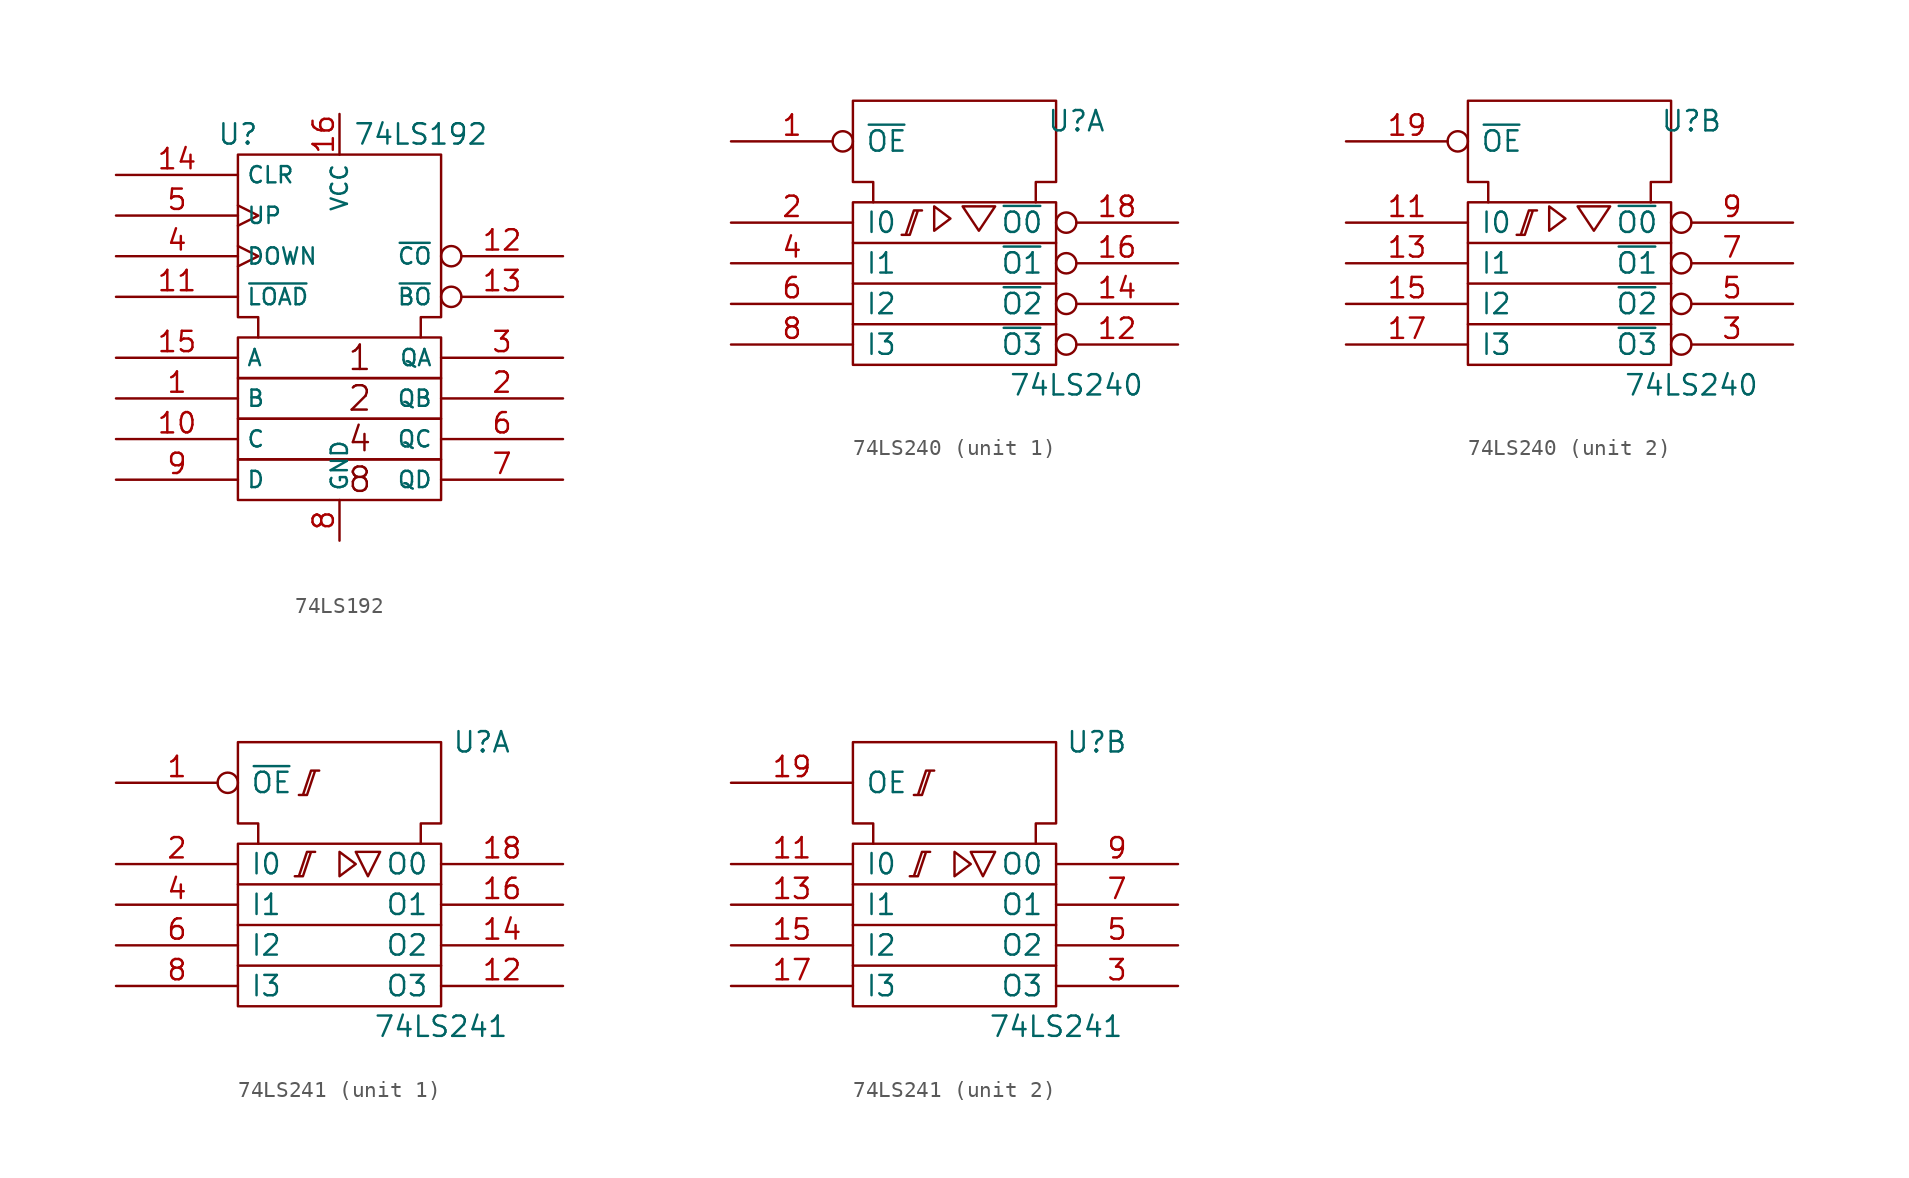
<source format=kicad_sym>
(kicad_symbol_lib
  (version 20200908)
  (generator kicad_symbol_editor)
  (symbol "74xx_IEEE:74LS192"
    (property "Reference" "U"
      (at -6.35 12.7 0)
      (effects (font (size 1.27 1.27))))
    (property "Value" "74LS192"
      (at 5.08 12.7 0)
      (effects (font (size 1.27 1.27))))
    (symbol "74LS192_0_0"
      (text "1" (at 1.27 -1.27 0) (effects (font (size 1.524 1.524))))
      (text "2" (at 1.27 -3.81 0) (effects (font (size 1.524 1.524))))
      (text "4" (at 1.27 -6.35 0) (effects (font (size 1.524 1.524))))
      (text "8" (at 1.27 -8.89 0) (effects (font (size 1.524 1.524))))
      (pin power_in line (at 0 13.97 270) (length 2.54) (name "VCC" (effects (font (size 1.016 1.016)))) (number "16" (effects (font (size 1.27 1.27)))))
      (pin power_in line (at 0 -12.7 90) (length 2.54) (name "GND" (effects (font (size 1.016 1.016)))) (number "8" (effects (font (size 1.27 1.27))))))
    (symbol "74LS192_0_1"
      (rectangle (start -6.35 -7.62) (end 6.35 -10.16) (stroke (width 0)) (fill (type none)))
      (rectangle (start -6.35 -5.08) (end 6.35 -7.62) (stroke (width 0)) (fill (type none)))
      (rectangle (start -6.35 -2.54) (end 6.35 -5.08) (stroke (width 0)) (fill (type none)))
      (rectangle (start -6.35 0) (end 6.35 -2.54) (stroke (width 0)) (fill (type none)))
      (polyline (pts (xy -5.08 0) (xy -5.08 1.27) (xy -6.35 1.27) (xy -6.35 11.43) (xy 6.35 11.43) (xy 6.35 1.27) (xy 5.08 1.27) (xy 5.08 0) (xy 5.08 0)) (stroke (width 0)) (fill (type none))))
    (symbol "74LS192_1_1"
      (pin input line (at -13.97 -3.81 0) (length 7.62) (name "B" (effects (font (size 1.016 1.016)))) (number "1" (effects (font (size 1.27 1.27)))))
      (pin input line (at -13.97 -6.35 0) (length 7.62) (name "C" (effects (font (size 1.016 1.016)))) (number "10" (effects (font (size 1.27 1.27)))))
      (pin input line (at -13.97 2.54 0) (length 7.62) (name "~LOAD" (effects (font (size 1.016 1.016)))) (number "11" (effects (font (size 1.27 1.27)))))
      (pin output inverted (at 13.97 5.08 180) (length 7.62) (name "~CO" (effects (font (size 1.016 1.016)))) (number "12" (effects (font (size 1.27 1.27)))))
      (pin output inverted (at 13.97 2.54 180) (length 7.62) (name "~BO" (effects (font (size 1.016 1.016)))) (number "13" (effects (font (size 1.27 1.27)))))
      (pin input line (at -13.97 10.16 0) (length 7.62) (name "CLR" (effects (font (size 1.016 1.016)))) (number "14" (effects (font (size 1.27 1.27)))))
      (pin input line (at -13.97 -1.27 0) (length 7.62) (name "A" (effects (font (size 1.016 1.016)))) (number "15" (effects (font (size 1.27 1.27)))))
      (pin output line (at 13.97 -3.81 180) (length 7.62) (name "QB" (effects (font (size 1.016 1.016)))) (number "2" (effects (font (size 1.27 1.27)))))
      (pin output line (at 13.97 -1.27 180) (length 7.62) (name "QA" (effects (font (size 1.016 1.016)))) (number "3" (effects (font (size 1.27 1.27)))))
      (pin input clock (at -13.97 5.08 0) (length 7.62) (name "DOWN" (effects (font (size 1.016 1.016)))) (number "4" (effects (font (size 1.27 1.27)))))
      (pin input clock (at -13.97 7.62 0) (length 7.62) (name "UP" (effects (font (size 1.016 1.016)))) (number "5" (effects (font (size 1.27 1.27)))))
      (pin output line (at 13.97 -6.35 180) (length 7.62) (name "QC" (effects (font (size 1.016 1.016)))) (number "6" (effects (font (size 1.27 1.27)))))
      (pin output line (at 13.97 -8.89 180) (length 7.62) (name "QD" (effects (font (size 1.016 1.016)))) (number "7" (effects (font (size 1.27 1.27)))))
      (pin input line (at -13.97 -8.89 0) (length 7.62) (name "D" (effects (font (size 1.016 1.016)))) (number "9" (effects (font (size 1.27 1.27)))))))
  (symbol "74xx_IEEE:74LS240"
    (pin_names
      (offset 0.762))
    (property "Reference" "U"
      (at 7.62 8.89 0)
      (effects (font (size 1.27 1.27))))
    (property "Value" "74LS240"
      (at 7.62 -7.62 0)
      (effects (font (size 1.27 1.27))))
    (symbol "74LS240_0_1"
      (rectangle (start -6.35 3.81) (end 6.35 -6.35) (stroke (width 0)) (fill (type none)))
      (polyline (pts (xy -6.35 -3.81) (xy 6.35 -3.81) (xy 6.35 -3.81)) (stroke (width 0)) (fill (type none)))
      (polyline (pts (xy -6.35 -1.27) (xy 6.35 -1.27) (xy 6.35 -1.27)) (stroke (width 0)) (fill (type none)))
      (polyline (pts (xy -6.35 1.27) (xy 6.35 1.27) (xy 6.35 1.27)) (stroke (width 0)) (fill (type none)))
      (polyline (pts (xy -3.302 1.778) (xy -2.794 1.778) (xy -2.286 3.302) (xy -2.032 3.302) (xy -2.54 3.302) (xy -3.048 1.778) (xy -3.048 1.778)) (stroke (width 0)) (fill (type none)))
      (polyline (pts (xy -5.08 3.81) (xy -5.08 5.08) (xy -6.35 5.08) (xy -6.35 10.16) (xy 6.35 10.16) (xy 6.35 5.08) (xy 5.08 5.08) (xy 5.08 3.81) (xy 5.08 3.81)) (stroke (width 0)) (fill (type none)))
      (pin power_in line (at 1.27 10.16 270) (length 0) hide (name "GND" (effects (font (size 1.27 1.27)))) (number "10" (effects (font (size 1.27 1.27)))))
      (pin power_in line (at 5.08 10.16 270) (length 0) hide (name "VCC" (effects (font (size 1.27 1.27)))) (number "20" (effects (font (size 1.27 1.27))))))
    (symbol "74LS240_0_0"
      (polyline (pts (xy -1.27 3.556) (xy -1.27 2.032) (xy -0.254 2.794) (xy -1.27 3.556) (xy -1.27 3.556)) (stroke (width 0)) (fill (type none)))
      (polyline (pts (xy 0.762 3.556) (xy 2.54 3.556) (xy 1.524 2.032) (xy 0.508 3.556) (xy 0.762 3.556) (xy 0.762 3.556)) (stroke (width 0)) (fill (type none))))
    (symbol "74LS240_1_1"
      (pin input inverted (at -13.97 7.62 0) (length 7.62) (name "~OE" (effects (font (size 1.27 1.27)))) (number "1" (effects (font (size 1.27 1.27)))))
      (pin tri_state inverted (at 13.97 -5.08 180) (length 7.62) (name "~O3" (effects (font (size 1.27 1.27)))) (number "12" (effects (font (size 1.27 1.27)))))
      (pin tri_state inverted (at 13.97 -2.54 180) (length 7.62) (name "~O2" (effects (font (size 1.27 1.27)))) (number "14" (effects (font (size 1.27 1.27)))))
      (pin tri_state inverted (at 13.97 0 180) (length 7.62) (name "~O1" (effects (font (size 1.27 1.27)))) (number "16" (effects (font (size 1.27 1.27)))))
      (pin tri_state inverted (at 13.97 2.54 180) (length 7.62) (name "~O0" (effects (font (size 1.27 1.27)))) (number "18" (effects (font (size 1.27 1.27)))))
      (pin input line (at -13.97 2.54 0) (length 7.62) (name "I0" (effects (font (size 1.27 1.27)))) (number "2" (effects (font (size 1.27 1.27)))))
      (pin input line (at -13.97 0 0) (length 7.62) (name "I1" (effects (font (size 1.27 1.27)))) (number "4" (effects (font (size 1.27 1.27)))))
      (pin input line (at -13.97 -2.54 0) (length 7.62) (name "I2" (effects (font (size 1.27 1.27)))) (number "6" (effects (font (size 1.27 1.27)))))
      (pin input line (at -13.97 -5.08 0) (length 7.62) (name "I3" (effects (font (size 1.27 1.27)))) (number "8" (effects (font (size 1.27 1.27))))))
    (symbol "74LS240_2_1"
      (pin input line (at -13.97 2.54 0) (length 7.62) (name "I0" (effects (font (size 1.27 1.27)))) (number "11" (effects (font (size 1.27 1.27)))))
      (pin input line (at -13.97 0 0) (length 7.62) (name "I1" (effects (font (size 1.27 1.27)))) (number "13" (effects (font (size 1.27 1.27)))))
      (pin input line (at -13.97 -2.54 0) (length 7.62) (name "I2" (effects (font (size 1.27 1.27)))) (number "15" (effects (font (size 1.27 1.27)))))
      (pin input line (at -13.97 -5.08 0) (length 7.62) (name "I3" (effects (font (size 1.27 1.27)))) (number "17" (effects (font (size 1.27 1.27)))))
      (pin input inverted (at -13.97 7.62 0) (length 7.62) (name "~OE" (effects (font (size 1.27 1.27)))) (number "19" (effects (font (size 1.27 1.27)))))
      (pin tri_state inverted (at 13.97 -5.08 180) (length 7.62) (name "~O3" (effects (font (size 1.27 1.27)))) (number "3" (effects (font (size 1.27 1.27)))))
      (pin tri_state inverted (at 13.97 -2.54 180) (length 7.62) (name "~O2" (effects (font (size 1.27 1.27)))) (number "5" (effects (font (size 1.27 1.27)))))
      (pin tri_state inverted (at 13.97 0 180) (length 7.62) (name "~O1" (effects (font (size 1.27 1.27)))) (number "7" (effects (font (size 1.27 1.27)))))
      (pin tri_state inverted (at 13.97 2.54 180) (length 7.62) (name "~O0" (effects (font (size 1.27 1.27)))) (number "9" (effects (font (size 1.27 1.27)))))))
  (symbol "74xx_IEEE:74LS241"
    (pin_names
      (offset 0.762))
    (property "Reference" "U"
      (at 8.89 10.16 0)
      (effects (font (size 1.27 1.27))))
    (property "Value" "74LS241"
      (at 6.35 -7.62 0)
      (effects (font (size 1.27 1.27))))
    (symbol "74LS241_0_1"
      (rectangle (start -6.35 3.81) (end 6.35 -6.35) (stroke (width 0)) (fill (type none)))
      (polyline (pts (xy -6.35 -1.27) (xy 6.35 -1.27) (xy 6.35 -1.27)) (stroke (width 0)) (fill (type none)))
      (polyline (pts (xy 6.35 -3.81) (xy -6.35 -3.81) (xy -6.35 -3.81)) (stroke (width 0)) (fill (type none)))
      (polyline (pts (xy 6.35 1.27) (xy -6.35 1.27) (xy -6.35 1.27)) (stroke (width 0)) (fill (type none)))
      (polyline (pts (xy 0 3.302) (xy 0 1.778) (xy 1.016 2.54) (xy 0 3.302) (xy 0 3.302)) (stroke (width 0)) (fill (type none)))
      (polyline (pts (xy -2.794 1.778) (xy -2.286 1.778) (xy -1.778 3.302) (xy -1.524 3.302) (xy -2.032 3.302) (xy -2.54 1.778) (xy -2.54 1.778)) (stroke (width 0)) (fill (type none)))
      (polyline (pts (xy -2.54 6.858) (xy -2.032 6.858) (xy -1.524 8.382) (xy -1.27 8.382) (xy -1.778 8.382) (xy -2.286 6.858) (xy -2.286 6.858)) (stroke (width 0)) (fill (type none)))
      (polyline (pts (xy -5.08 3.81) (xy -5.08 5.08) (xy -6.35 5.08) (xy -6.35 10.16) (xy 6.35 10.16) (xy 6.35 5.08) (xy 5.08 5.08) (xy 5.08 3.81) (xy 5.08 3.81)) (stroke (width 0)) (fill (type none))))
    (symbol "74LS241_0_0"
      (polyline (pts (xy 1.016 3.302) (xy 2.54 3.302) (xy 1.778 1.778) (xy 1.016 3.302) (xy 1.016 3.302)) (stroke (width 0)) (fill (type none)))
      (pin power_in line (at 1.27 10.16 270) (length 0) hide (name "GND" (effects (font (size 1.27 1.27)))) (number "10" (effects (font (size 1.27 1.27)))))
      (pin power_in line (at 5.08 10.16 270) (length 0) hide (name "VCC" (effects (font (size 1.27 1.27)))) (number "20" (effects (font (size 1.27 1.27))))))
    (symbol "74LS241_1_1"
      (pin input inverted (at -13.97 7.62 0) (length 7.62) (name "~OE" (effects (font (size 1.27 1.27)))) (number "1" (effects (font (size 1.27 1.27)))))
      (pin tri_state line (at 13.97 -5.08 180) (length 7.62) (name "O3" (effects (font (size 1.27 1.27)))) (number "12" (effects (font (size 1.27 1.27)))))
      (pin tri_state line (at 13.97 -2.54 180) (length 7.62) (name "O2" (effects (font (size 1.27 1.27)))) (number "14" (effects (font (size 1.27 1.27)))))
      (pin tri_state line (at 13.97 0 180) (length 7.62) (name "O1" (effects (font (size 1.27 1.27)))) (number "16" (effects (font (size 1.27 1.27)))))
      (pin tri_state line (at 13.97 2.54 180) (length 7.62) (name "O0" (effects (font (size 1.27 1.27)))) (number "18" (effects (font (size 1.27 1.27)))))
      (pin input line (at -13.97 2.54 0) (length 7.62) (name "I0" (effects (font (size 1.27 1.27)))) (number "2" (effects (font (size 1.27 1.27)))))
      (pin input line (at -13.97 0 0) (length 7.62) (name "I1" (effects (font (size 1.27 1.27)))) (number "4" (effects (font (size 1.27 1.27)))))
      (pin input line (at -13.97 -2.54 0) (length 7.62) (name "I2" (effects (font (size 1.27 1.27)))) (number "6" (effects (font (size 1.27 1.27)))))
      (pin input line (at -13.97 -5.08 0) (length 7.62) (name "I3" (effects (font (size 1.27 1.27)))) (number "8" (effects (font (size 1.27 1.27))))))
    (symbol "74LS241_2_1"
      (pin input line (at -13.97 2.54 0) (length 7.62) (name "I0" (effects (font (size 1.27 1.27)))) (number "11" (effects (font (size 1.27 1.27)))))
      (pin input line (at -13.97 0 0) (length 7.62) (name "I1" (effects (font (size 1.27 1.27)))) (number "13" (effects (font (size 1.27 1.27)))))
      (pin input line (at -13.97 -2.54 0) (length 7.62) (name "I2" (effects (font (size 1.27 1.27)))) (number "15" (effects (font (size 1.27 1.27)))))
      (pin input line (at -13.97 -5.08 0) (length 7.62) (name "I3" (effects (font (size 1.27 1.27)))) (number "17" (effects (font (size 1.27 1.27)))))
      (pin input line (at -13.97 7.62 0) (length 7.62) (name "OE" (effects (font (size 1.27 1.27)))) (number "19" (effects (font (size 1.27 1.27)))))
      (pin tri_state line (at 13.97 -5.08 180) (length 7.62) (name "O3" (effects (font (size 1.27 1.27)))) (number "3" (effects (font (size 1.27 1.27)))))
      (pin tri_state line (at 13.97 -2.54 180) (length 7.62) (name "O2" (effects (font (size 1.27 1.27)))) (number "5" (effects (font (size 1.27 1.27)))))
      (pin tri_state line (at 13.97 0 180) (length 7.62) (name "O1" (effects (font (size 1.27 1.27)))) (number "7" (effects (font (size 1.27 1.27)))))
      (pin tri_state line (at 13.97 2.54 180) (length 7.62) (name "O0" (effects (font (size 1.27 1.27)))) (number "9" (effects (font (size 1.27 1.27))))))))
</source>
